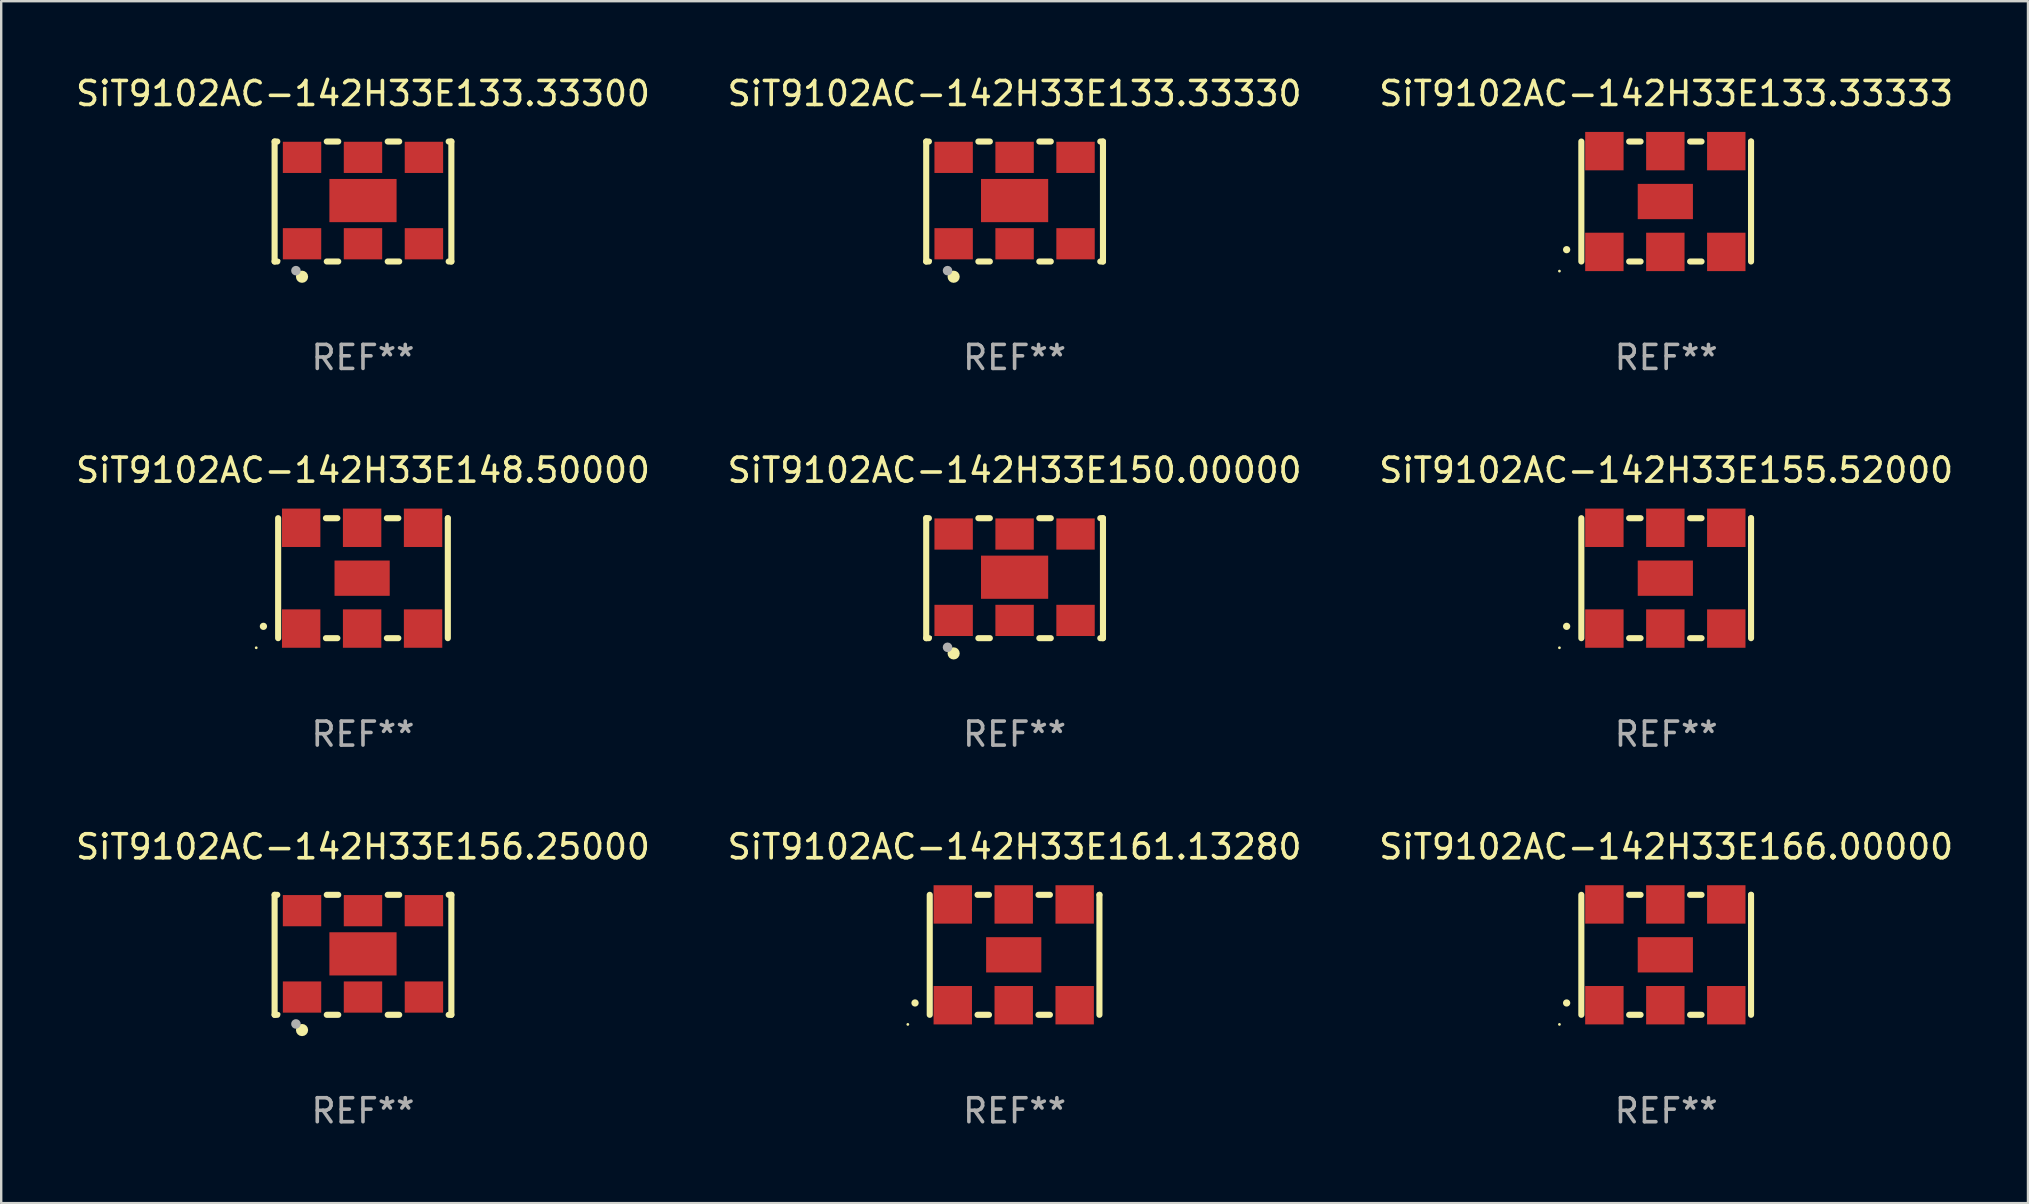
<source format=kicad_pcb>
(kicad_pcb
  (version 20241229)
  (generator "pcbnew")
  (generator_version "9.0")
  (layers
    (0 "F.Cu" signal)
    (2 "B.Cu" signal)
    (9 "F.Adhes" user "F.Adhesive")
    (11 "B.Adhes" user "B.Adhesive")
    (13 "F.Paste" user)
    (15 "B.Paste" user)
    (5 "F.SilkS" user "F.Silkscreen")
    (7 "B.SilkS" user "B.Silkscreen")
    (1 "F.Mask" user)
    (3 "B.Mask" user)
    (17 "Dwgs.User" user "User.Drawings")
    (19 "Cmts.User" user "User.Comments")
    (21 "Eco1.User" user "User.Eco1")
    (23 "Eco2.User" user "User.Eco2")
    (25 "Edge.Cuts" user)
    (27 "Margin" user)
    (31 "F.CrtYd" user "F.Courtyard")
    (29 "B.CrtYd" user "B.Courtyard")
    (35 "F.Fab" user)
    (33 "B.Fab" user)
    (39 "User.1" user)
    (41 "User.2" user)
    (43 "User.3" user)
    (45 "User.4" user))
  (footprint "SiT9102AC-142H33E133.33300"
    (layer "F.Cu")
    (at 12.077 5.348)
    (property "Reference" "SiT9102AC-142H33E133.33300" (at 0 -4.5 0) (layer "F.SilkS") (effects (font (size 1 1) (thickness 0.15))))
    (attr through_hole)
    (fp_line (start -3.683 -2.5) (end -3.571 -2.5) (stroke (width 0.254) (type solid)) (layer "F.SilkS"))
    (fp_line (start -3.683 2.5) (end -3.683 -2.5) (stroke (width 0.254) (type solid)) (layer "F.SilkS"))
    (fp_line (start -3.683 2.5) (end -3.571 2.5) (stroke (width 0.254) (type solid)) (layer "F.SilkS"))
    (fp_line (start -1.509 -2.5) (end -1.031 -2.5) (stroke (width 0.254) (type solid)) (layer "F.SilkS"))
    (fp_line (start -1.509 2.5) (end -1.031 2.5) (stroke (width 0.254) (type solid)) (layer "F.SilkS"))
    (fp_line (start 1.031 -2.5) (end 1.509 -2.5) (stroke (width 0.254) (type solid)) (layer "F.SilkS"))
    (fp_line (start 1.031 2.5) (end 1.509 2.5) (stroke (width 0.254) (type solid)) (layer "F.SilkS"))
    (fp_line (start 3.571 -2.5) (end 3.683 -2.5) (stroke (width 0.254) (type solid)) (layer "F.SilkS"))
    (fp_line (start 3.571 2.5) (end 3.683 2.5) (stroke (width 0.254) (type solid)) (layer "F.SilkS"))
    (fp_line (start 3.683 2.5) (end 3.683 -2.5) (stroke (width 0.254) (type solid)) (layer "F.SilkS"))
    (fp_circle (center -3.5 2.46) (end -3.47 2.46) (stroke (width 0.06) (type solid)) (fill no) (layer "F.SilkS"))
    (fp_circle (center -2.54 3.135) (end -2.413 3.135) (stroke (width 0.254) (type solid)) (fill no) (layer "F.SilkS"))
    (fp_circle (center -2.794 2.881) (end -2.694 2.881) (stroke (width 0.2) (type solid)) (fill no) (layer "F.Fab"))
    (fp_text user "REF**" (at 0 6.5 0) (layer "F.Fab") (effects (font (size 1 1) (thickness 0.15))))
    (pad "1" smd rect (at -2.54 1.76) (size 1.6 1.3) (layers "F.Cu" "F.Mask" "F.Paste"))
    (pad "2" smd rect (at 0 1.76) (size 1.6 1.3) (layers "F.Cu" "F.Mask" "F.Paste"))
    (pad "3" smd rect (at 2.54 1.76) (size 1.6 1.3) (layers "F.Cu" "F.Mask" "F.Paste"))
    (pad "4" smd rect (at 2.54 -1.84) (size 1.6 1.3) (layers "F.Cu" "F.Mask" "F.Paste"))
    (pad "5" smd rect (at 0 -1.84) (size 1.6 1.3) (layers "F.Cu" "F.Mask" "F.Paste"))
    (pad "6" smd rect (at -2.54 -1.84) (size 1.6 1.3) (layers "F.Cu" "F.Mask" "F.Paste"))
    (pad "7" smd rect (at 0 -0.04) (size 2.8 1.8) (layers "F.Cu" "F.Mask" "F.Paste")))
  (footprint "SiT9102AC-142H33E166.00000"
    (layer "F.Cu")
    (at 66.387 36.741)
    (property "Reference" "SiT9102AC-142H33E166.00000" (at 0 -4.5 0) (layer "F.SilkS") (effects (font (size 1 1) (thickness 0.15))))
    (attr through_hole)
    (fp_line (start -3.536 -2.5) (end -3.536 2.5) (stroke (width 0.254) (type solid)) (layer "F.SilkS"))
    (fp_line (start -1.544 2.5) (end -1.067 2.5) (stroke (width 0.254) (type solid)) (layer "F.SilkS"))
    (fp_line (start -1.067 -2.5) (end -1.544 -2.5) (stroke (width 0.254) (type solid)) (layer "F.SilkS"))
    (fp_line (start 0.996 2.5) (end 1.473 2.5) (stroke (width 0.254) (type solid)) (layer "F.SilkS"))
    (fp_line (start 1.473 -2.5) (end 0.996 -2.5) (stroke (width 0.254) (type solid)) (layer "F.SilkS"))
    (fp_line (start 3.536 -2.5) (end 3.536 -2.5) (stroke (width 0.254) (type solid)) (layer "F.SilkS"))
    (fp_line (start 3.536 2.5) (end 3.536 -2.5) (stroke (width 0.254) (type solid)) (layer "F.SilkS"))
    (fp_arc (start -4.150432 2.006604) (mid -4.149162 2.006599) (end -4.147892 2.006604) (stroke (width 0.3) (type solid)) (layer "F.SilkS"))
    (fp_circle (center -4.449 2.9) (end -4.419 2.9) (stroke (width 0.06) (type solid)) (fill no) (layer "F.SilkS"))
    (fp_text user "REF**" (at 0 6.5 0) (layer "F.Fab") (effects (font (size 1 1) (thickness 0.15))))
    (pad "1" smd rect (at -2.576 2.1) (size 1.6 1.6) (layers "F.Cu" "F.Mask" "F.Paste"))
    (pad "2" smd rect (at -0.036 2.1) (size 1.6 1.6) (layers "F.Cu" "F.Mask" "F.Paste"))
    (pad "3" smd rect (at 2.504 2.1) (size 1.6 1.6) (layers "F.Cu" "F.Mask" "F.Paste"))
    (pad "4" smd rect (at 2.504 -2.1) (size 1.6 1.6) (layers "F.Cu" "F.Mask" "F.Paste"))
    (pad "5" smd rect (at -0.036 -2.1) (size 1.6 1.6) (layers "F.Cu" "F.Mask" "F.Paste"))
    (pad "6" smd rect (at -2.576 -2.1) (size 1.6 1.6) (layers "F.Cu" "F.Mask" "F.Paste"))
    (pad "7" smd rect (at -0.036 0) (size 2.3 1.47) (layers "F.Cu" "F.Mask" "F.Paste")))
  (footprint "SiT9102AC-142H33E150.00000"
    (layer "F.Cu")
    (at 39.232 21.045)
    (property "Reference" "SiT9102AC-142H33E150.00000" (at 0 -4.5 0) (layer "F.SilkS") (effects (font (size 1 1) (thickness 0.15))))
    (attr through_hole)
    (fp_line (start -3.683 -2.5) (end -3.571 -2.5) (stroke (width 0.254) (type solid)) (layer "F.SilkS"))
    (fp_line (start -3.683 2.5) (end -3.683 -2.5) (stroke (width 0.254) (type solid)) (layer "F.SilkS"))
    (fp_line (start -3.683 2.5) (end -3.571 2.5) (stroke (width 0.254) (type solid)) (layer "F.SilkS"))
    (fp_line (start -1.509 -2.5) (end -1.031 -2.5) (stroke (width 0.254) (type solid)) (layer "F.SilkS"))
    (fp_line (start -1.509 2.5) (end -1.031 2.5) (stroke (width 0.254) (type solid)) (layer "F.SilkS"))
    (fp_line (start 1.031 -2.5) (end 1.509 -2.5) (stroke (width 0.254) (type solid)) (layer "F.SilkS"))
    (fp_line (start 1.031 2.5) (end 1.509 2.5) (stroke (width 0.254) (type solid)) (layer "F.SilkS"))
    (fp_line (start 3.571 -2.5) (end 3.683 -2.5) (stroke (width 0.254) (type solid)) (layer "F.SilkS"))
    (fp_line (start 3.571 2.5) (end 3.683 2.5) (stroke (width 0.254) (type solid)) (layer "F.SilkS"))
    (fp_line (start 3.683 2.5) (end 3.683 -2.5) (stroke (width 0.254) (type solid)) (layer "F.SilkS"))
    (fp_circle (center -3.5 2.46) (end -3.47 2.46) (stroke (width 0.06) (type solid)) (fill no) (layer "F.SilkS"))
    (fp_circle (center -2.54 3.135) (end -2.413 3.135) (stroke (width 0.254) (type solid)) (fill no) (layer "F.SilkS"))
    (fp_circle (center -2.794 2.881) (end -2.694 2.881) (stroke (width 0.2) (type solid)) (fill no) (layer "F.Fab"))
    (fp_text user "REF**" (at 0 6.5 0) (layer "F.Fab") (effects (font (size 1 1) (thickness 0.15))))
    (pad "1" smd rect (at -2.54 1.76) (size 1.6 1.3) (layers "F.Cu" "F.Mask" "F.Paste"))
    (pad "2" smd rect (at 0 1.76) (size 1.6 1.3) (layers "F.Cu" "F.Mask" "F.Paste"))
    (pad "3" smd rect (at 2.54 1.76) (size 1.6 1.3) (layers "F.Cu" "F.Mask" "F.Paste"))
    (pad "4" smd rect (at 2.54 -1.84) (size 1.6 1.3) (layers "F.Cu" "F.Mask" "F.Paste"))
    (pad "5" smd rect (at 0 -1.84) (size 1.6 1.3) (layers "F.Cu" "F.Mask" "F.Paste"))
    (pad "6" smd rect (at -2.54 -1.84) (size 1.6 1.3) (layers "F.Cu" "F.Mask" "F.Paste"))
    (pad "7" smd rect (at 0 -0.04) (size 2.8 1.8) (layers "F.Cu" "F.Mask" "F.Paste")))
  (footprint "SiT9102AC-142H33E148.50000"
    (layer "F.Cu")
    (at 12.077 21.045)
    (property "Reference" "SiT9102AC-142H33E148.50000" (at 0 -4.5 0) (layer "F.SilkS") (effects (font (size 1 1) (thickness 0.15))))
    (attr through_hole)
    (fp_line (start -3.536 -2.5) (end -3.536 2.5) (stroke (width 0.254) (type solid)) (layer "F.SilkS"))
    (fp_line (start -1.544 2.5) (end -1.067 2.5) (stroke (width 0.254) (type solid)) (layer "F.SilkS"))
    (fp_line (start -1.067 -2.5) (end -1.544 -2.5) (stroke (width 0.254) (type solid)) (layer "F.SilkS"))
    (fp_line (start 0.996 2.5) (end 1.473 2.5) (stroke (width 0.254) (type solid)) (layer "F.SilkS"))
    (fp_line (start 1.473 -2.5) (end 0.996 -2.5) (stroke (width 0.254) (type solid)) (layer "F.SilkS"))
    (fp_line (start 3.536 -2.5) (end 3.536 -2.5) (stroke (width 0.254) (type solid)) (layer "F.SilkS"))
    (fp_line (start 3.536 2.5) (end 3.536 -2.5) (stroke (width 0.254) (type solid)) (layer "F.SilkS"))
    (fp_arc (start -4.150432 2.006604) (mid -4.149162 2.006599) (end -4.147892 2.006604) (stroke (width 0.3) (type solid)) (layer "F.SilkS"))
    (fp_circle (center -4.449 2.9) (end -4.419 2.9) (stroke (width 0.06) (type solid)) (fill no) (layer "F.SilkS"))
    (fp_text user "REF**" (at 0 6.5 0) (layer "F.Fab") (effects (font (size 1 1) (thickness 0.15))))
    (pad "1" smd rect (at -2.576 2.1) (size 1.6 1.6) (layers "F.Cu" "F.Mask" "F.Paste"))
    (pad "2" smd rect (at -0.036 2.1) (size 1.6 1.6) (layers "F.Cu" "F.Mask" "F.Paste"))
    (pad "3" smd rect (at 2.504 2.1) (size 1.6 1.6) (layers "F.Cu" "F.Mask" "F.Paste"))
    (pad "4" smd rect (at 2.504 -2.1) (size 1.6 1.6) (layers "F.Cu" "F.Mask" "F.Paste"))
    (pad "5" smd rect (at -0.036 -2.1) (size 1.6 1.6) (layers "F.Cu" "F.Mask" "F.Paste"))
    (pad "6" smd rect (at -2.576 -2.1) (size 1.6 1.6) (layers "F.Cu" "F.Mask" "F.Paste"))
    (pad "7" smd rect (at -0.036 0) (size 2.3 1.47) (layers "F.Cu" "F.Mask" "F.Paste")))
  (footprint "SiT9102AC-142H33E133.33330"
    (layer "F.Cu")
    (at 39.232 5.348)
    (property "Reference" "SiT9102AC-142H33E133.33330" (at 0 -4.5 0) (layer "F.SilkS") (effects (font (size 1 1) (thickness 0.15))))
    (attr through_hole)
    (fp_line (start -3.683 -2.5) (end -3.571 -2.5) (stroke (width 0.254) (type solid)) (layer "F.SilkS"))
    (fp_line (start -3.683 2.5) (end -3.683 -2.5) (stroke (width 0.254) (type solid)) (layer "F.SilkS"))
    (fp_line (start -3.683 2.5) (end -3.571 2.5) (stroke (width 0.254) (type solid)) (layer "F.SilkS"))
    (fp_line (start -1.509 -2.5) (end -1.031 -2.5) (stroke (width 0.254) (type solid)) (layer "F.SilkS"))
    (fp_line (start -1.509 2.5) (end -1.031 2.5) (stroke (width 0.254) (type solid)) (layer "F.SilkS"))
    (fp_line (start 1.031 -2.5) (end 1.509 -2.5) (stroke (width 0.254) (type solid)) (layer "F.SilkS"))
    (fp_line (start 1.031 2.5) (end 1.509 2.5) (stroke (width 0.254) (type solid)) (layer "F.SilkS"))
    (fp_line (start 3.571 -2.5) (end 3.683 -2.5) (stroke (width 0.254) (type solid)) (layer "F.SilkS"))
    (fp_line (start 3.571 2.5) (end 3.683 2.5) (stroke (width 0.254) (type solid)) (layer "F.SilkS"))
    (fp_line (start 3.683 2.5) (end 3.683 -2.5) (stroke (width 0.254) (type solid)) (layer "F.SilkS"))
    (fp_circle (center -3.5 2.46) (end -3.47 2.46) (stroke (width 0.06) (type solid)) (fill no) (layer "F.SilkS"))
    (fp_circle (center -2.54 3.135) (end -2.413 3.135) (stroke (width 0.254) (type solid)) (fill no) (layer "F.SilkS"))
    (fp_circle (center -2.794 2.881) (end -2.694 2.881) (stroke (width 0.2) (type solid)) (fill no) (layer "F.Fab"))
    (fp_text user "REF**" (at 0 6.5 0) (layer "F.Fab") (effects (font (size 1 1) (thickness 0.15))))
    (pad "1" smd rect (at -2.54 1.76) (size 1.6 1.3) (layers "F.Cu" "F.Mask" "F.Paste"))
    (pad "2" smd rect (at 0 1.76) (size 1.6 1.3) (layers "F.Cu" "F.Mask" "F.Paste"))
    (pad "3" smd rect (at 2.54 1.76) (size 1.6 1.3) (layers "F.Cu" "F.Mask" "F.Paste"))
    (pad "4" smd rect (at 2.54 -1.84) (size 1.6 1.3) (layers "F.Cu" "F.Mask" "F.Paste"))
    (pad "5" smd rect (at 0 -1.84) (size 1.6 1.3) (layers "F.Cu" "F.Mask" "F.Paste"))
    (pad "6" smd rect (at -2.54 -1.84) (size 1.6 1.3) (layers "F.Cu" "F.Mask" "F.Paste"))
    (pad "7" smd rect (at 0 -0.04) (size 2.8 1.8) (layers "F.Cu" "F.Mask" "F.Paste")))
  (footprint "SiT9102AC-142H33E156.25000"
    (layer "F.Cu")
    (at 12.077 36.741)
    (property "Reference" "SiT9102AC-142H33E156.25000" (at 0 -4.5 0) (layer "F.SilkS") (effects (font (size 1 1) (thickness 0.15))))
    (attr through_hole)
    (fp_line (start -3.683 -2.5) (end -3.571 -2.5) (stroke (width 0.254) (type solid)) (layer "F.SilkS"))
    (fp_line (start -3.683 2.5) (end -3.683 -2.5) (stroke (width 0.254) (type solid)) (layer "F.SilkS"))
    (fp_line (start -3.683 2.5) (end -3.571 2.5) (stroke (width 0.254) (type solid)) (layer "F.SilkS"))
    (fp_line (start -1.509 -2.5) (end -1.031 -2.5) (stroke (width 0.254) (type solid)) (layer "F.SilkS"))
    (fp_line (start -1.509 2.5) (end -1.031 2.5) (stroke (width 0.254) (type solid)) (layer "F.SilkS"))
    (fp_line (start 1.031 -2.5) (end 1.509 -2.5) (stroke (width 0.254) (type solid)) (layer "F.SilkS"))
    (fp_line (start 1.031 2.5) (end 1.509 2.5) (stroke (width 0.254) (type solid)) (layer "F.SilkS"))
    (fp_line (start 3.571 -2.5) (end 3.683 -2.5) (stroke (width 0.254) (type solid)) (layer "F.SilkS"))
    (fp_line (start 3.571 2.5) (end 3.683 2.5) (stroke (width 0.254) (type solid)) (layer "F.SilkS"))
    (fp_line (start 3.683 2.5) (end 3.683 -2.5) (stroke (width 0.254) (type solid)) (layer "F.SilkS"))
    (fp_circle (center -3.5 2.46) (end -3.47 2.46) (stroke (width 0.06) (type solid)) (fill no) (layer "F.SilkS"))
    (fp_circle (center -2.54 3.135) (end -2.413 3.135) (stroke (width 0.254) (type solid)) (fill no) (layer "F.SilkS"))
    (fp_circle (center -2.794 2.881) (end -2.694 2.881) (stroke (width 0.2) (type solid)) (fill no) (layer "F.Fab"))
    (fp_text user "REF**" (at 0 6.5 0) (layer "F.Fab") (effects (font (size 1 1) (thickness 0.15))))
    (pad "1" smd rect (at -2.54 1.76) (size 1.6 1.3) (layers "F.Cu" "F.Mask" "F.Paste"))
    (pad "2" smd rect (at 0 1.76) (size 1.6 1.3) (layers "F.Cu" "F.Mask" "F.Paste"))
    (pad "3" smd rect (at 2.54 1.76) (size 1.6 1.3) (layers "F.Cu" "F.Mask" "F.Paste"))
    (pad "4" smd rect (at 2.54 -1.84) (size 1.6 1.3) (layers "F.Cu" "F.Mask" "F.Paste"))
    (pad "5" smd rect (at 0 -1.84) (size 1.6 1.3) (layers "F.Cu" "F.Mask" "F.Paste"))
    (pad "6" smd rect (at -2.54 -1.84) (size 1.6 1.3) (layers "F.Cu" "F.Mask" "F.Paste"))
    (pad "7" smd rect (at 0 -0.04) (size 2.8 1.8) (layers "F.Cu" "F.Mask" "F.Paste")))
  (footprint "SiT9102AC-142H33E161.13280"
    (layer "F.Cu")
    (at 39.232 36.741)
    (property "Reference" "SiT9102AC-142H33E161.13280" (at 0 -4.5 0) (layer "F.SilkS") (effects (font (size 1 1) (thickness 0.15))))
    (attr through_hole)
    (fp_line (start -3.536 -2.5) (end -3.536 2.5) (stroke (width 0.254) (type solid)) (layer "F.SilkS"))
    (fp_line (start -1.544 2.5) (end -1.067 2.5) (stroke (width 0.254) (type solid)) (layer "F.SilkS"))
    (fp_line (start -1.067 -2.5) (end -1.544 -2.5) (stroke (width 0.254) (type solid)) (layer "F.SilkS"))
    (fp_line (start 0.996 2.5) (end 1.473 2.5) (stroke (width 0.254) (type solid)) (layer "F.SilkS"))
    (fp_line (start 1.473 -2.5) (end 0.996 -2.5) (stroke (width 0.254) (type solid)) (layer "F.SilkS"))
    (fp_line (start 3.536 -2.5) (end 3.536 -2.5) (stroke (width 0.254) (type solid)) (layer "F.SilkS"))
    (fp_line (start 3.536 2.5) (end 3.536 -2.5) (stroke (width 0.254) (type solid)) (layer "F.SilkS"))
    (fp_arc (start -4.150432 2.006604) (mid -4.149162 2.006599) (end -4.147892 2.006604) (stroke (width 0.3) (type solid)) (layer "F.SilkS"))
    (fp_circle (center -4.449 2.9) (end -4.419 2.9) (stroke (width 0.06) (type solid)) (fill no) (layer "F.SilkS"))
    (fp_text user "REF**" (at 0 6.5 0) (layer "F.Fab") (effects (font (size 1 1) (thickness 0.15))))
    (pad "1" smd rect (at -2.576 2.1) (size 1.6 1.6) (layers "F.Cu" "F.Mask" "F.Paste"))
    (pad "2" smd rect (at -0.036 2.1) (size 1.6 1.6) (layers "F.Cu" "F.Mask" "F.Paste"))
    (pad "3" smd rect (at 2.504 2.1) (size 1.6 1.6) (layers "F.Cu" "F.Mask" "F.Paste"))
    (pad "4" smd rect (at 2.504 -2.1) (size 1.6 1.6) (layers "F.Cu" "F.Mask" "F.Paste"))
    (pad "5" smd rect (at -0.036 -2.1) (size 1.6 1.6) (layers "F.Cu" "F.Mask" "F.Paste"))
    (pad "6" smd rect (at -2.576 -2.1) (size 1.6 1.6) (layers "F.Cu" "F.Mask" "F.Paste"))
    (pad "7" smd rect (at -0.036 0) (size 2.3 1.47) (layers "F.Cu" "F.Mask" "F.Paste")))
  (footprint "SiT9102AC-142H33E155.52000"
    (layer "F.Cu")
    (at 66.387 21.045)
    (property "Reference" "SiT9102AC-142H33E155.52000" (at 0 -4.5 0) (layer "F.SilkS") (effects (font (size 1 1) (thickness 0.15))))
    (attr through_hole)
    (fp_line (start -3.536 -2.5) (end -3.536 2.5) (stroke (width 0.254) (type solid)) (layer "F.SilkS"))
    (fp_line (start -1.544 2.5) (end -1.067 2.5) (stroke (width 0.254) (type solid)) (layer "F.SilkS"))
    (fp_line (start -1.067 -2.5) (end -1.544 -2.5) (stroke (width 0.254) (type solid)) (layer "F.SilkS"))
    (fp_line (start 0.996 2.5) (end 1.473 2.5) (stroke (width 0.254) (type solid)) (layer "F.SilkS"))
    (fp_line (start 1.473 -2.5) (end 0.996 -2.5) (stroke (width 0.254) (type solid)) (layer "F.SilkS"))
    (fp_line (start 3.536 -2.5) (end 3.536 -2.5) (stroke (width 0.254) (type solid)) (layer "F.SilkS"))
    (fp_line (start 3.536 2.5) (end 3.536 -2.5) (stroke (width 0.254) (type solid)) (layer "F.SilkS"))
    (fp_arc (start -4.150432 2.006604) (mid -4.149162 2.006599) (end -4.147892 2.006604) (stroke (width 0.3) (type solid)) (layer "F.SilkS"))
    (fp_circle (center -4.449 2.9) (end -4.419 2.9) (stroke (width 0.06) (type solid)) (fill no) (layer "F.SilkS"))
    (fp_text user "REF**" (at 0 6.5 0) (layer "F.Fab") (effects (font (size 1 1) (thickness 0.15))))
    (pad "1" smd rect (at -2.576 2.1) (size 1.6 1.6) (layers "F.Cu" "F.Mask" "F.Paste"))
    (pad "2" smd rect (at -0.036 2.1) (size 1.6 1.6) (layers "F.Cu" "F.Mask" "F.Paste"))
    (pad "3" smd rect (at 2.504 2.1) (size 1.6 1.6) (layers "F.Cu" "F.Mask" "F.Paste"))
    (pad "4" smd rect (at 2.504 -2.1) (size 1.6 1.6) (layers "F.Cu" "F.Mask" "F.Paste"))
    (pad "5" smd rect (at -0.036 -2.1) (size 1.6 1.6) (layers "F.Cu" "F.Mask" "F.Paste"))
    (pad "6" smd rect (at -2.576 -2.1) (size 1.6 1.6) (layers "F.Cu" "F.Mask" "F.Paste"))
    (pad "7" smd rect (at -0.036 0) (size 2.3 1.47) (layers "F.Cu" "F.Mask" "F.Paste")))
  (footprint "SiT9102AC-142H33E133.33333"
    (layer "F.Cu")
    (at 66.387 5.348)
    (property "Reference" "SiT9102AC-142H33E133.33333" (at 0 -4.5 0) (layer "F.SilkS") (effects (font (size 1 1) (thickness 0.15))))
    (attr through_hole)
    (fp_line (start -3.536 -2.5) (end -3.536 2.5) (stroke (width 0.254) (type solid)) (layer "F.SilkS"))
    (fp_line (start -1.544 2.5) (end -1.067 2.5) (stroke (width 0.254) (type solid)) (layer "F.SilkS"))
    (fp_line (start -1.067 -2.5) (end -1.544 -2.5) (stroke (width 0.254) (type solid)) (layer "F.SilkS"))
    (fp_line (start 0.996 2.5) (end 1.473 2.5) (stroke (width 0.254) (type solid)) (layer "F.SilkS"))
    (fp_line (start 1.473 -2.5) (end 0.996 -2.5) (stroke (width 0.254) (type solid)) (layer "F.SilkS"))
    (fp_line (start 3.536 -2.5) (end 3.536 -2.5) (stroke (width 0.254) (type solid)) (layer "F.SilkS"))
    (fp_line (start 3.536 2.5) (end 3.536 -2.5) (stroke (width 0.254) (type solid)) (layer "F.SilkS"))
    (fp_arc (start -4.150432 2.006604) (mid -4.149162 2.006599) (end -4.147892 2.006604) (stroke (width 0.3) (type solid)) (layer "F.SilkS"))
    (fp_circle (center -4.449 2.9) (end -4.419 2.9) (stroke (width 0.06) (type solid)) (fill no) (layer "F.SilkS"))
    (fp_text user "REF**" (at 0 6.5 0) (layer "F.Fab") (effects (font (size 1 1) (thickness 0.15))))
    (pad "1" smd rect (at -2.576 2.1) (size 1.6 1.6) (layers "F.Cu" "F.Mask" "F.Paste"))
    (pad "2" smd rect (at -0.036 2.1) (size 1.6 1.6) (layers "F.Cu" "F.Mask" "F.Paste"))
    (pad "3" smd rect (at 2.504 2.1) (size 1.6 1.6) (layers "F.Cu" "F.Mask" "F.Paste"))
    (pad "4" smd rect (at 2.504 -2.1) (size 1.6 1.6) (layers "F.Cu" "F.Mask" "F.Paste"))
    (pad "5" smd rect (at -0.036 -2.1) (size 1.6 1.6) (layers "F.Cu" "F.Mask" "F.Paste"))
    (pad "6" smd rect (at -2.576 -2.1) (size 1.6 1.6) (layers "F.Cu" "F.Mask" "F.Paste"))
    (pad "7" smd rect (at -0.036 0) (size 2.3 1.47) (layers "F.Cu" "F.Mask" "F.Paste")))
  (gr_rect
    (start -3 -3)
    (end 81.464 47.09)
    (stroke (width 0.1) (type default))
    (fill no)
    (layer "Edge.Cuts")))
</source>
